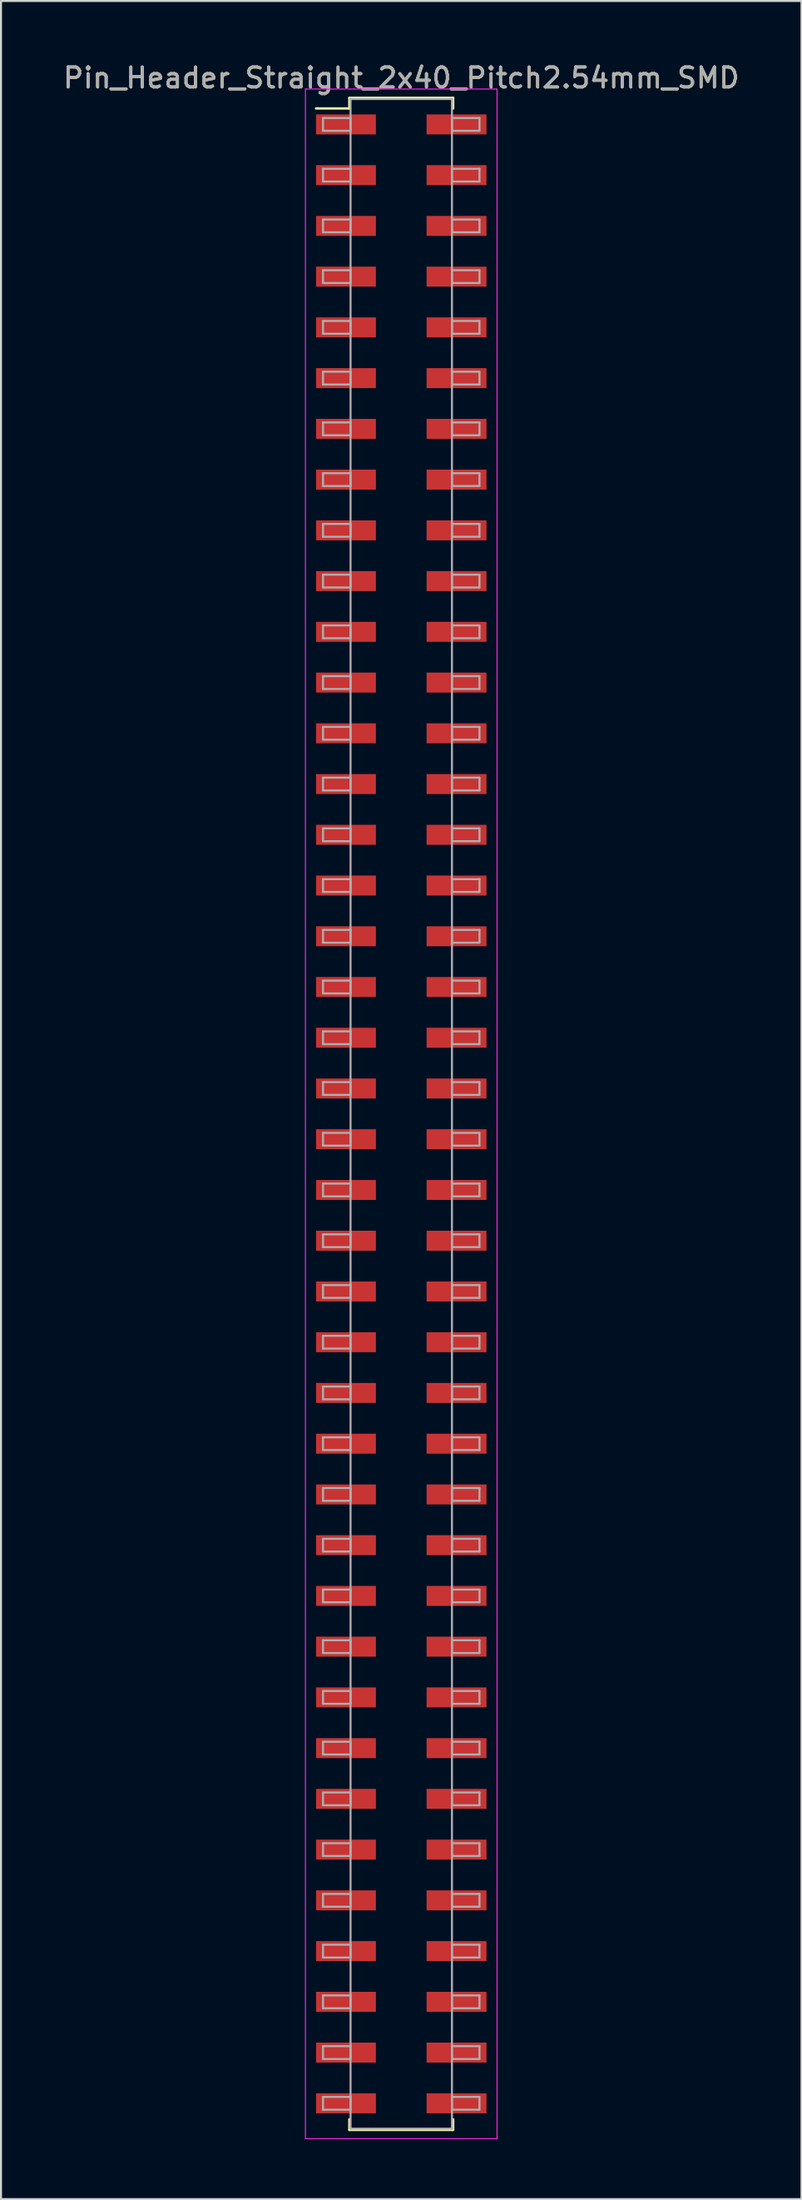
<source format=kicad_pcb>
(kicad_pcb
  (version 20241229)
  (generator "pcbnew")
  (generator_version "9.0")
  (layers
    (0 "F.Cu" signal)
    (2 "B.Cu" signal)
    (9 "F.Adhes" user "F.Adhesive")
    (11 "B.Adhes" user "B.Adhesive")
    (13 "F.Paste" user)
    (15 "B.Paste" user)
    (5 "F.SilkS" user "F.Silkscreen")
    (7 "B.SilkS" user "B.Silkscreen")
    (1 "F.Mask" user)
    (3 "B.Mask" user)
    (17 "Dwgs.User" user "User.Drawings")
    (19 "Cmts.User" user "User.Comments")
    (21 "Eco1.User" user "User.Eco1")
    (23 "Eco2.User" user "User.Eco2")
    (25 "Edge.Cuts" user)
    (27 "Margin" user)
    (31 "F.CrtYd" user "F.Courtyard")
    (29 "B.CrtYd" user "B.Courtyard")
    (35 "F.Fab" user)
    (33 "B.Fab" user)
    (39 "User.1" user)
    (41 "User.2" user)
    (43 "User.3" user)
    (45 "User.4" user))
  (footprint "Pin_Header_Straight_2x40_Pitch2.54mm_SMD"
    (layer "F.Cu")
    (at 17.054 52.708)
    (property "Reference" "Pin_Header_Straight_2x40_Pitch2.54mm_SMD" (at 0 -51.86 0) (layer "F.SilkS") (effects (font (size 1 1) (thickness 0.15))))
    (attr smd)
    (fp_line (start -4.27 -50.33) (end -2.6 -50.33) (stroke (width 0.12) (type solid)) (layer "F.SilkS"))
    (fp_line (start -2.6 -50.86) (end 2.6 -50.86) (stroke (width 0.12) (type solid)) (layer "F.SilkS"))
    (fp_line (start -2.6 -50.33) (end -2.6 -50.86) (stroke (width 0.12) (type solid)) (layer "F.SilkS"))
    (fp_line (start -2.6 50.33) (end -2.6 50.86) (stroke (width 0.12) (type solid)) (layer "F.SilkS"))
    (fp_line (start -2.6 50.86) (end 2.6 50.86) (stroke (width 0.12) (type solid)) (layer "F.SilkS"))
    (fp_line (start 2.6 -50.86) (end 2.6 -50.33) (stroke (width 0.12) (type solid)) (layer "F.SilkS"))
    (fp_line (start 2.6 50.86) (end 2.6 50.33) (stroke (width 0.12) (type solid)) (layer "F.SilkS"))
    (fp_line (start -4.8 -51.3) (end -4.8 51.3) (stroke (width 0.05) (type solid)) (layer "F.CrtYd"))
    (fp_line (start -4.8 51.3) (end 4.8 51.3) (stroke (width 0.05) (type solid)) (layer "F.CrtYd"))
    (fp_line (start 4.8 -51.3) (end -4.8 -51.3) (stroke (width 0.05) (type solid)) (layer "F.CrtYd"))
    (fp_line (start 4.8 51.3) (end 4.8 -51.3) (stroke (width 0.05) (type solid)) (layer "F.CrtYd"))
    (fp_line (start -3.92 -49.85) (end -2.54 -49.85) (stroke (width 0.1) (type solid)) (layer "F.Fab"))
    (fp_line (start -3.92 -49.21) (end -3.92 -49.85) (stroke (width 0.1) (type solid)) (layer "F.Fab"))
    (fp_line (start -3.92 -47.31) (end -2.54 -47.31) (stroke (width 0.1) (type solid)) (layer "F.Fab"))
    (fp_line (start -3.92 -46.67) (end -3.92 -47.31) (stroke (width 0.1) (type solid)) (layer "F.Fab"))
    (fp_line (start -3.92 -44.77) (end -2.54 -44.77) (stroke (width 0.1) (type solid)) (layer "F.Fab"))
    (fp_line (start -3.92 -44.13) (end -3.92 -44.77) (stroke (width 0.1) (type solid)) (layer "F.Fab"))
    (fp_line (start -3.92 -42.23) (end -2.54 -42.23) (stroke (width 0.1) (type solid)) (layer "F.Fab"))
    (fp_line (start -3.92 -41.59) (end -3.92 -42.23) (stroke (width 0.1) (type solid)) (layer "F.Fab"))
    (fp_line (start -3.92 -39.69) (end -2.54 -39.69) (stroke (width 0.1) (type solid)) (layer "F.Fab"))
    (fp_line (start -3.92 -39.05) (end -3.92 -39.69) (stroke (width 0.1) (type solid)) (layer "F.Fab"))
    (fp_line (start -3.92 -37.15) (end -2.54 -37.15) (stroke (width 0.1) (type solid)) (layer "F.Fab"))
    (fp_line (start -3.92 -36.51) (end -3.92 -37.15) (stroke (width 0.1) (type solid)) (layer "F.Fab"))
    (fp_line (start -3.92 -34.61) (end -2.54 -34.61) (stroke (width 0.1) (type solid)) (layer "F.Fab"))
    (fp_line (start -3.92 -33.97) (end -3.92 -34.61) (stroke (width 0.1) (type solid)) (layer "F.Fab"))
    (fp_line (start -3.92 -32.07) (end -2.54 -32.07) (stroke (width 0.1) (type solid)) (layer "F.Fab"))
    (fp_line (start -3.92 -31.43) (end -3.92 -32.07) (stroke (width 0.1) (type solid)) (layer "F.Fab"))
    (fp_line (start -3.92 -29.53) (end -2.54 -29.53) (stroke (width 0.1) (type solid)) (layer "F.Fab"))
    (fp_line (start -3.92 -28.89) (end -3.92 -29.53) (stroke (width 0.1) (type solid)) (layer "F.Fab"))
    (fp_line (start -3.92 -26.99) (end -2.54 -26.99) (stroke (width 0.1) (type solid)) (layer "F.Fab"))
    (fp_line (start -3.92 -26.35) (end -3.92 -26.99) (stroke (width 0.1) (type solid)) (layer "F.Fab"))
    (fp_line (start -3.92 -24.45) (end -2.54 -24.45) (stroke (width 0.1) (type solid)) (layer "F.Fab"))
    (fp_line (start -3.92 -23.81) (end -3.92 -24.45) (stroke (width 0.1) (type solid)) (layer "F.Fab"))
    (fp_line (start -3.92 -21.91) (end -2.54 -21.91) (stroke (width 0.1) (type solid)) (layer "F.Fab"))
    (fp_line (start -3.92 -21.27) (end -3.92 -21.91) (stroke (width 0.1) (type solid)) (layer "F.Fab"))
    (fp_line (start -3.92 -19.37) (end -2.54 -19.37) (stroke (width 0.1) (type solid)) (layer "F.Fab"))
    (fp_line (start -3.92 -18.73) (end -3.92 -19.37) (stroke (width 0.1) (type solid)) (layer "F.Fab"))
    (fp_line (start -3.92 -16.83) (end -2.54 -16.83) (stroke (width 0.1) (type solid)) (layer "F.Fab"))
    (fp_line (start -3.92 -16.19) (end -3.92 -16.83) (stroke (width 0.1) (type solid)) (layer "F.Fab"))
    (fp_line (start -3.92 -14.29) (end -2.54 -14.29) (stroke (width 0.1) (type solid)) (layer "F.Fab"))
    (fp_line (start -3.92 -13.65) (end -3.92 -14.29) (stroke (width 0.1) (type solid)) (layer "F.Fab"))
    (fp_line (start -3.92 -11.75) (end -2.54 -11.75) (stroke (width 0.1) (type solid)) (layer "F.Fab"))
    (fp_line (start -3.92 -11.11) (end -3.92 -11.75) (stroke (width 0.1) (type solid)) (layer "F.Fab"))
    (fp_line (start -3.92 -9.21) (end -2.54 -9.21) (stroke (width 0.1) (type solid)) (layer "F.Fab"))
    (fp_line (start -3.92 -8.57) (end -3.92 -9.21) (stroke (width 0.1) (type solid)) (layer "F.Fab"))
    (fp_line (start -3.92 -6.67) (end -2.54 -6.67) (stroke (width 0.1) (type solid)) (layer "F.Fab"))
    (fp_line (start -3.92 -6.03) (end -3.92 -6.67) (stroke (width 0.1) (type solid)) (layer "F.Fab"))
    (fp_line (start -3.92 -4.13) (end -2.54 -4.13) (stroke (width 0.1) (type solid)) (layer "F.Fab"))
    (fp_line (start -3.92 -3.49) (end -3.92 -4.13) (stroke (width 0.1) (type solid)) (layer "F.Fab"))
    (fp_line (start -3.92 -1.59) (end -2.54 -1.59) (stroke (width 0.1) (type solid)) (layer "F.Fab"))
    (fp_line (start -3.92 -0.95) (end -3.92 -1.59) (stroke (width 0.1) (type solid)) (layer "F.Fab"))
    (fp_line (start -3.92 0.95) (end -2.54 0.95) (stroke (width 0.1) (type solid)) (layer "F.Fab"))
    (fp_line (start -3.92 1.59) (end -3.92 0.95) (stroke (width 0.1) (type solid)) (layer "F.Fab"))
    (fp_line (start -3.92 3.49) (end -2.54 3.49) (stroke (width 0.1) (type solid)) (layer "F.Fab"))
    (fp_line (start -3.92 4.13) (end -3.92 3.49) (stroke (width 0.1) (type solid)) (layer "F.Fab"))
    (fp_line (start -3.92 6.03) (end -2.54 6.03) (stroke (width 0.1) (type solid)) (layer "F.Fab"))
    (fp_line (start -3.92 6.67) (end -3.92 6.03) (stroke (width 0.1) (type solid)) (layer "F.Fab"))
    (fp_line (start -3.92 8.57) (end -2.54 8.57) (stroke (width 0.1) (type solid)) (layer "F.Fab"))
    (fp_line (start -3.92 9.21) (end -3.92 8.57) (stroke (width 0.1) (type solid)) (layer "F.Fab"))
    (fp_line (start -3.92 11.11) (end -2.54 11.11) (stroke (width 0.1) (type solid)) (layer "F.Fab"))
    (fp_line (start -3.92 11.75) (end -3.92 11.11) (stroke (width 0.1) (type solid)) (layer "F.Fab"))
    (fp_line (start -3.92 13.65) (end -2.54 13.65) (stroke (width 0.1) (type solid)) (layer "F.Fab"))
    (fp_line (start -3.92 14.29) (end -3.92 13.65) (stroke (width 0.1) (type solid)) (layer "F.Fab"))
    (fp_line (start -3.92 16.19) (end -2.54 16.19) (stroke (width 0.1) (type solid)) (layer "F.Fab"))
    (fp_line (start -3.92 16.83) (end -3.92 16.19) (stroke (width 0.1) (type solid)) (layer "F.Fab"))
    (fp_line (start -3.92 18.73) (end -2.54 18.73) (stroke (width 0.1) (type solid)) (layer "F.Fab"))
    (fp_line (start -3.92 19.37) (end -3.92 18.73) (stroke (width 0.1) (type solid)) (layer "F.Fab"))
    (fp_line (start -3.92 21.27) (end -2.54 21.27) (stroke (width 0.1) (type solid)) (layer "F.Fab"))
    (fp_line (start -3.92 21.91) (end -3.92 21.27) (stroke (width 0.1) (type solid)) (layer "F.Fab"))
    (fp_line (start -3.92 23.81) (end -2.54 23.81) (stroke (width 0.1) (type solid)) (layer "F.Fab"))
    (fp_line (start -3.92 24.45) (end -3.92 23.81) (stroke (width 0.1) (type solid)) (layer "F.Fab"))
    (fp_line (start -3.92 26.35) (end -2.54 26.35) (stroke (width 0.1) (type solid)) (layer "F.Fab"))
    (fp_line (start -3.92 26.99) (end -3.92 26.35) (stroke (width 0.1) (type solid)) (layer "F.Fab"))
    (fp_line (start -3.92 28.89) (end -2.54 28.89) (stroke (width 0.1) (type solid)) (layer "F.Fab"))
    (fp_line (start -3.92 29.53) (end -3.92 28.89) (stroke (width 0.1) (type solid)) (layer "F.Fab"))
    (fp_line (start -3.92 31.43) (end -2.54 31.43) (stroke (width 0.1) (type solid)) (layer "F.Fab"))
    (fp_line (start -3.92 32.07) (end -3.92 31.43) (stroke (width 0.1) (type solid)) (layer "F.Fab"))
    (fp_line (start -3.92 33.97) (end -2.54 33.97) (stroke (width 0.1) (type solid)) (layer "F.Fab"))
    (fp_line (start -3.92 34.61) (end -3.92 33.97) (stroke (width 0.1) (type solid)) (layer "F.Fab"))
    (fp_line (start -3.92 36.51) (end -2.54 36.51) (stroke (width 0.1) (type solid)) (layer "F.Fab"))
    (fp_line (start -3.92 37.15) (end -3.92 36.51) (stroke (width 0.1) (type solid)) (layer "F.Fab"))
    (fp_line (start -3.92 39.05) (end -2.54 39.05) (stroke (width 0.1) (type solid)) (layer "F.Fab"))
    (fp_line (start -3.92 39.69) (end -3.92 39.05) (stroke (width 0.1) (type solid)) (layer "F.Fab"))
    (fp_line (start -3.92 41.59) (end -2.54 41.59) (stroke (width 0.1) (type solid)) (layer "F.Fab"))
    (fp_line (start -3.92 42.23) (end -3.92 41.59) (stroke (width 0.1) (type solid)) (layer "F.Fab"))
    (fp_line (start -3.92 44.13) (end -2.54 44.13) (stroke (width 0.1) (type solid)) (layer "F.Fab"))
    (fp_line (start -3.92 44.77) (end -3.92 44.13) (stroke (width 0.1) (type solid)) (layer "F.Fab"))
    (fp_line (start -3.92 46.67) (end -2.54 46.67) (stroke (width 0.1) (type solid)) (layer "F.Fab"))
    (fp_line (start -3.92 47.31) (end -3.92 46.67) (stroke (width 0.1) (type solid)) (layer "F.Fab"))
    (fp_line (start -3.92 49.21) (end -2.54 49.21) (stroke (width 0.1) (type solid)) (layer "F.Fab"))
    (fp_line (start -3.92 49.85) (end -3.92 49.21) (stroke (width 0.1) (type solid)) (layer "F.Fab"))
    (fp_line (start -2.54 -50.8) (end -2.54 50.8) (stroke (width 0.1) (type solid)) (layer "F.Fab"))
    (fp_line (start -2.54 -49.85) (end -2.54 -49.21) (stroke (width 0.1) (type solid)) (layer "F.Fab"))
    (fp_line (start -2.54 -49.21) (end -3.92 -49.21) (stroke (width 0.1) (type solid)) (layer "F.Fab"))
    (fp_line (start -2.54 -47.31) (end -2.54 -46.67) (stroke (width 0.1) (type solid)) (layer "F.Fab"))
    (fp_line (start -2.54 -46.67) (end -3.92 -46.67) (stroke (width 0.1) (type solid)) (layer "F.Fab"))
    (fp_line (start -2.54 -44.77) (end -2.54 -44.13) (stroke (width 0.1) (type solid)) (layer "F.Fab"))
    (fp_line (start -2.54 -44.13) (end -3.92 -44.13) (stroke (width 0.1) (type solid)) (layer "F.Fab"))
    (fp_line (start -2.54 -42.23) (end -2.54 -41.59) (stroke (width 0.1) (type solid)) (layer "F.Fab"))
    (fp_line (start -2.54 -41.59) (end -3.92 -41.59) (stroke (width 0.1) (type solid)) (layer "F.Fab"))
    (fp_line (start -2.54 -39.69) (end -2.54 -39.05) (stroke (width 0.1) (type solid)) (layer "F.Fab"))
    (fp_line (start -2.54 -39.05) (end -3.92 -39.05) (stroke (width 0.1) (type solid)) (layer "F.Fab"))
    (fp_line (start -2.54 -37.15) (end -2.54 -36.51) (stroke (width 0.1) (type solid)) (layer "F.Fab"))
    (fp_line (start -2.54 -36.51) (end -3.92 -36.51) (stroke (width 0.1) (type solid)) (layer "F.Fab"))
    (fp_line (start -2.54 -34.61) (end -2.54 -33.97) (stroke (width 0.1) (type solid)) (layer "F.Fab"))
    (fp_line (start -2.54 -33.97) (end -3.92 -33.97) (stroke (width 0.1) (type solid)) (layer "F.Fab"))
    (fp_line (start -2.54 -32.07) (end -2.54 -31.43) (stroke (width 0.1) (type solid)) (layer "F.Fab"))
    (fp_line (start -2.54 -31.43) (end -3.92 -31.43) (stroke (width 0.1) (type solid)) (layer "F.Fab"))
    (fp_line (start -2.54 -29.53) (end -2.54 -28.89) (stroke (width 0.1) (type solid)) (layer "F.Fab"))
    (fp_line (start -2.54 -28.89) (end -3.92 -28.89) (stroke (width 0.1) (type solid)) (layer "F.Fab"))
    (fp_line (start -2.54 -26.99) (end -2.54 -26.35) (stroke (width 0.1) (type solid)) (layer "F.Fab"))
    (fp_line (start -2.54 -26.35) (end -3.92 -26.35) (stroke (width 0.1) (type solid)) (layer "F.Fab"))
    (fp_line (start -2.54 -24.45) (end -2.54 -23.81) (stroke (width 0.1) (type solid)) (layer "F.Fab"))
    (fp_line (start -2.54 -23.81) (end -3.92 -23.81) (stroke (width 0.1) (type solid)) (layer "F.Fab"))
    (fp_line (start -2.54 -21.91) (end -2.54 -21.27) (stroke (width 0.1) (type solid)) (layer "F.Fab"))
    (fp_line (start -2.54 -21.27) (end -3.92 -21.27) (stroke (width 0.1) (type solid)) (layer "F.Fab"))
    (fp_line (start -2.54 -19.37) (end -2.54 -18.73) (stroke (width 0.1) (type solid)) (layer "F.Fab"))
    (fp_line (start -2.54 -18.73) (end -3.92 -18.73) (stroke (width 0.1) (type solid)) (layer "F.Fab"))
    (fp_line (start -2.54 -16.83) (end -2.54 -16.19) (stroke (width 0.1) (type solid)) (layer "F.Fab"))
    (fp_line (start -2.54 -16.19) (end -3.92 -16.19) (stroke (width 0.1) (type solid)) (layer "F.Fab"))
    (fp_line (start -2.54 -14.29) (end -2.54 -13.65) (stroke (width 0.1) (type solid)) (layer "F.Fab"))
    (fp_line (start -2.54 -13.65) (end -3.92 -13.65) (stroke (width 0.1) (type solid)) (layer "F.Fab"))
    (fp_line (start -2.54 -11.75) (end -2.54 -11.11) (stroke (width 0.1) (type solid)) (layer "F.Fab"))
    (fp_line (start -2.54 -11.11) (end -3.92 -11.11) (stroke (width 0.1) (type solid)) (layer "F.Fab"))
    (fp_line (start -2.54 -9.21) (end -2.54 -8.57) (stroke (width 0.1) (type solid)) (layer "F.Fab"))
    (fp_line (start -2.54 -8.57) (end -3.92 -8.57) (stroke (width 0.1) (type solid)) (layer "F.Fab"))
    (fp_line (start -2.54 -6.67) (end -2.54 -6.03) (stroke (width 0.1) (type solid)) (layer "F.Fab"))
    (fp_line (start -2.54 -6.03) (end -3.92 -6.03) (stroke (width 0.1) (type solid)) (layer "F.Fab"))
    (fp_line (start -2.54 -4.13) (end -2.54 -3.49) (stroke (width 0.1) (type solid)) (layer "F.Fab"))
    (fp_line (start -2.54 -3.49) (end -3.92 -3.49) (stroke (width 0.1) (type solid)) (layer "F.Fab"))
    (fp_line (start -2.54 -1.59) (end -2.54 -0.95) (stroke (width 0.1) (type solid)) (layer "F.Fab"))
    (fp_line (start -2.54 -0.95) (end -3.92 -0.95) (stroke (width 0.1) (type solid)) (layer "F.Fab"))
    (fp_line (start -2.54 0.95) (end -2.54 1.59) (stroke (width 0.1) (type solid)) (layer "F.Fab"))
    (fp_line (start -2.54 1.59) (end -3.92 1.59) (stroke (width 0.1) (type solid)) (layer "F.Fab"))
    (fp_line (start -2.54 3.49) (end -2.54 4.13) (stroke (width 0.1) (type solid)) (layer "F.Fab"))
    (fp_line (start -2.54 4.13) (end -3.92 4.13) (stroke (width 0.1) (type solid)) (layer "F.Fab"))
    (fp_line (start -2.54 6.03) (end -2.54 6.67) (stroke (width 0.1) (type solid)) (layer "F.Fab"))
    (fp_line (start -2.54 6.67) (end -3.92 6.67) (stroke (width 0.1) (type solid)) (layer "F.Fab"))
    (fp_line (start -2.54 8.57) (end -2.54 9.21) (stroke (width 0.1) (type solid)) (layer "F.Fab"))
    (fp_line (start -2.54 9.21) (end -3.92 9.21) (stroke (width 0.1) (type solid)) (layer "F.Fab"))
    (fp_line (start -2.54 11.11) (end -2.54 11.75) (stroke (width 0.1) (type solid)) (layer "F.Fab"))
    (fp_line (start -2.54 11.75) (end -3.92 11.75) (stroke (width 0.1) (type solid)) (layer "F.Fab"))
    (fp_line (start -2.54 13.65) (end -2.54 14.29) (stroke (width 0.1) (type solid)) (layer "F.Fab"))
    (fp_line (start -2.54 14.29) (end -3.92 14.29) (stroke (width 0.1) (type solid)) (layer "F.Fab"))
    (fp_line (start -2.54 16.19) (end -2.54 16.83) (stroke (width 0.1) (type solid)) (layer "F.Fab"))
    (fp_line (start -2.54 16.83) (end -3.92 16.83) (stroke (width 0.1) (type solid)) (layer "F.Fab"))
    (fp_line (start -2.54 18.73) (end -2.54 19.37) (stroke (width 0.1) (type solid)) (layer "F.Fab"))
    (fp_line (start -2.54 19.37) (end -3.92 19.37) (stroke (width 0.1) (type solid)) (layer "F.Fab"))
    (fp_line (start -2.54 21.27) (end -2.54 21.91) (stroke (width 0.1) (type solid)) (layer "F.Fab"))
    (fp_line (start -2.54 21.91) (end -3.92 21.91) (stroke (width 0.1) (type solid)) (layer "F.Fab"))
    (fp_line (start -2.54 23.81) (end -2.54 24.45) (stroke (width 0.1) (type solid)) (layer "F.Fab"))
    (fp_line (start -2.54 24.45) (end -3.92 24.45) (stroke (width 0.1) (type solid)) (layer "F.Fab"))
    (fp_line (start -2.54 26.35) (end -2.54 26.99) (stroke (width 0.1) (type solid)) (layer "F.Fab"))
    (fp_line (start -2.54 26.99) (end -3.92 26.99) (stroke (width 0.1) (type solid)) (layer "F.Fab"))
    (fp_line (start -2.54 28.89) (end -2.54 29.53) (stroke (width 0.1) (type solid)) (layer "F.Fab"))
    (fp_line (start -2.54 29.53) (end -3.92 29.53) (stroke (width 0.1) (type solid)) (layer "F.Fab"))
    (fp_line (start -2.54 31.43) (end -2.54 32.07) (stroke (width 0.1) (type solid)) (layer "F.Fab"))
    (fp_line (start -2.54 32.07) (end -3.92 32.07) (stroke (width 0.1) (type solid)) (layer "F.Fab"))
    (fp_line (start -2.54 33.97) (end -2.54 34.61) (stroke (width 0.1) (type solid)) (layer "F.Fab"))
    (fp_line (start -2.54 34.61) (end -3.92 34.61) (stroke (width 0.1) (type solid)) (layer "F.Fab"))
    (fp_line (start -2.54 36.51) (end -2.54 37.15) (stroke (width 0.1) (type solid)) (layer "F.Fab"))
    (fp_line (start -2.54 37.15) (end -3.92 37.15) (stroke (width 0.1) (type solid)) (layer "F.Fab"))
    (fp_line (start -2.54 39.05) (end -2.54 39.69) (stroke (width 0.1) (type solid)) (layer "F.Fab"))
    (fp_line (start -2.54 39.69) (end -3.92 39.69) (stroke (width 0.1) (type solid)) (layer "F.Fab"))
    (fp_line (start -2.54 41.59) (end -2.54 42.23) (stroke (width 0.1) (type solid)) (layer "F.Fab"))
    (fp_line (start -2.54 42.23) (end -3.92 42.23) (stroke (width 0.1) (type solid)) (layer "F.Fab"))
    (fp_line (start -2.54 44.13) (end -2.54 44.77) (stroke (width 0.1) (type solid)) (layer "F.Fab"))
    (fp_line (start -2.54 44.77) (end -3.92 44.77) (stroke (width 0.1) (type solid)) (layer "F.Fab"))
    (fp_line (start -2.54 46.67) (end -2.54 47.31) (stroke (width 0.1) (type solid)) (layer "F.Fab"))
    (fp_line (start -2.54 47.31) (end -3.92 47.31) (stroke (width 0.1) (type solid)) (layer "F.Fab"))
    (fp_line (start -2.54 49.21) (end -2.54 49.85) (stroke (width 0.1) (type solid)) (layer "F.Fab"))
    (fp_line (start -2.54 49.85) (end -3.92 49.85) (stroke (width 0.1) (type solid)) (layer "F.Fab"))
    (fp_line (start -2.54 50.8) (end 2.54 50.8) (stroke (width 0.1) (type solid)) (layer "F.Fab"))
    (fp_line (start 2.54 -50.8) (end -2.54 -50.8) (stroke (width 0.1) (type solid)) (layer "F.Fab"))
    (fp_line (start 2.54 -49.85) (end 2.54 -49.21) (stroke (width 0.1) (type solid)) (layer "F.Fab"))
    (fp_line (start 2.54 -49.21) (end 3.92 -49.21) (stroke (width 0.1) (type solid)) (layer "F.Fab"))
    (fp_line (start 2.54 -47.31) (end 2.54 -46.67) (stroke (width 0.1) (type solid)) (layer "F.Fab"))
    (fp_line (start 2.54 -46.67) (end 3.92 -46.67) (stroke (width 0.1) (type solid)) (layer "F.Fab"))
    (fp_line (start 2.54 -44.77) (end 2.54 -44.13) (stroke (width 0.1) (type solid)) (layer "F.Fab"))
    (fp_line (start 2.54 -44.13) (end 3.92 -44.13) (stroke (width 0.1) (type solid)) (layer "F.Fab"))
    (fp_line (start 2.54 -42.23) (end 2.54 -41.59) (stroke (width 0.1) (type solid)) (layer "F.Fab"))
    (fp_line (start 2.54 -41.59) (end 3.92 -41.59) (stroke (width 0.1) (type solid)) (layer "F.Fab"))
    (fp_line (start 2.54 -39.69) (end 2.54 -39.05) (stroke (width 0.1) (type solid)) (layer "F.Fab"))
    (fp_line (start 2.54 -39.05) (end 3.92 -39.05) (stroke (width 0.1) (type solid)) (layer "F.Fab"))
    (fp_line (start 2.54 -37.15) (end 2.54 -36.51) (stroke (width 0.1) (type solid)) (layer "F.Fab"))
    (fp_line (start 2.54 -36.51) (end 3.92 -36.51) (stroke (width 0.1) (type solid)) (layer "F.Fab"))
    (fp_line (start 2.54 -34.61) (end 2.54 -33.97) (stroke (width 0.1) (type solid)) (layer "F.Fab"))
    (fp_line (start 2.54 -33.97) (end 3.92 -33.97) (stroke (width 0.1) (type solid)) (layer "F.Fab"))
    (fp_line (start 2.54 -32.07) (end 2.54 -31.43) (stroke (width 0.1) (type solid)) (layer "F.Fab"))
    (fp_line (start 2.54 -31.43) (end 3.92 -31.43) (stroke (width 0.1) (type solid)) (layer "F.Fab"))
    (fp_line (start 2.54 -29.53) (end 2.54 -28.89) (stroke (width 0.1) (type solid)) (layer "F.Fab"))
    (fp_line (start 2.54 -28.89) (end 3.92 -28.89) (stroke (width 0.1) (type solid)) (layer "F.Fab"))
    (fp_line (start 2.54 -26.99) (end 2.54 -26.35) (stroke (width 0.1) (type solid)) (layer "F.Fab"))
    (fp_line (start 2.54 -26.35) (end 3.92 -26.35) (stroke (width 0.1) (type solid)) (layer "F.Fab"))
    (fp_line (start 2.54 -24.45) (end 2.54 -23.81) (stroke (width 0.1) (type solid)) (layer "F.Fab"))
    (fp_line (start 2.54 -23.81) (end 3.92 -23.81) (stroke (width 0.1) (type solid)) (layer "F.Fab"))
    (fp_line (start 2.54 -21.91) (end 2.54 -21.27) (stroke (width 0.1) (type solid)) (layer "F.Fab"))
    (fp_line (start 2.54 -21.27) (end 3.92 -21.27) (stroke (width 0.1) (type solid)) (layer "F.Fab"))
    (fp_line (start 2.54 -19.37) (end 2.54 -18.73) (stroke (width 0.1) (type solid)) (layer "F.Fab"))
    (fp_line (start 2.54 -18.73) (end 3.92 -18.73) (stroke (width 0.1) (type solid)) (layer "F.Fab"))
    (fp_line (start 2.54 -16.83) (end 2.54 -16.19) (stroke (width 0.1) (type solid)) (layer "F.Fab"))
    (fp_line (start 2.54 -16.19) (end 3.92 -16.19) (stroke (width 0.1) (type solid)) (layer "F.Fab"))
    (fp_line (start 2.54 -14.29) (end 2.54 -13.65) (stroke (width 0.1) (type solid)) (layer "F.Fab"))
    (fp_line (start 2.54 -13.65) (end 3.92 -13.65) (stroke (width 0.1) (type solid)) (layer "F.Fab"))
    (fp_line (start 2.54 -11.75) (end 2.54 -11.11) (stroke (width 0.1) (type solid)) (layer "F.Fab"))
    (fp_line (start 2.54 -11.11) (end 3.92 -11.11) (stroke (width 0.1) (type solid)) (layer "F.Fab"))
    (fp_line (start 2.54 -9.21) (end 2.54 -8.57) (stroke (width 0.1) (type solid)) (layer "F.Fab"))
    (fp_line (start 2.54 -8.57) (end 3.92 -8.57) (stroke (width 0.1) (type solid)) (layer "F.Fab"))
    (fp_line (start 2.54 -6.67) (end 2.54 -6.03) (stroke (width 0.1) (type solid)) (layer "F.Fab"))
    (fp_line (start 2.54 -6.03) (end 3.92 -6.03) (stroke (width 0.1) (type solid)) (layer "F.Fab"))
    (fp_line (start 2.54 -4.13) (end 2.54 -3.49) (stroke (width 0.1) (type solid)) (layer "F.Fab"))
    (fp_line (start 2.54 -3.49) (end 3.92 -3.49) (stroke (width 0.1) (type solid)) (layer "F.Fab"))
    (fp_line (start 2.54 -1.59) (end 2.54 -0.95) (stroke (width 0.1) (type solid)) (layer "F.Fab"))
    (fp_line (start 2.54 -0.95) (end 3.92 -0.95) (stroke (width 0.1) (type solid)) (layer "F.Fab"))
    (fp_line (start 2.54 0.95) (end 2.54 1.59) (stroke (width 0.1) (type solid)) (layer "F.Fab"))
    (fp_line (start 2.54 1.59) (end 3.92 1.59) (stroke (width 0.1) (type solid)) (layer "F.Fab"))
    (fp_line (start 2.54 3.49) (end 2.54 4.13) (stroke (width 0.1) (type solid)) (layer "F.Fab"))
    (fp_line (start 2.54 4.13) (end 3.92 4.13) (stroke (width 0.1) (type solid)) (layer "F.Fab"))
    (fp_line (start 2.54 6.03) (end 2.54 6.67) (stroke (width 0.1) (type solid)) (layer "F.Fab"))
    (fp_line (start 2.54 6.67) (end 3.92 6.67) (stroke (width 0.1) (type solid)) (layer "F.Fab"))
    (fp_line (start 2.54 8.57) (end 2.54 9.21) (stroke (width 0.1) (type solid)) (layer "F.Fab"))
    (fp_line (start 2.54 9.21) (end 3.92 9.21) (stroke (width 0.1) (type solid)) (layer "F.Fab"))
    (fp_line (start 2.54 11.11) (end 2.54 11.75) (stroke (width 0.1) (type solid)) (layer "F.Fab"))
    (fp_line (start 2.54 11.75) (end 3.92 11.75) (stroke (width 0.1) (type solid)) (layer "F.Fab"))
    (fp_line (start 2.54 13.65) (end 2.54 14.29) (stroke (width 0.1) (type solid)) (layer "F.Fab"))
    (fp_line (start 2.54 14.29) (end 3.92 14.29) (stroke (width 0.1) (type solid)) (layer "F.Fab"))
    (fp_line (start 2.54 16.19) (end 2.54 16.83) (stroke (width 0.1) (type solid)) (layer "F.Fab"))
    (fp_line (start 2.54 16.83) (end 3.92 16.83) (stroke (width 0.1) (type solid)) (layer "F.Fab"))
    (fp_line (start 2.54 18.73) (end 2.54 19.37) (stroke (width 0.1) (type solid)) (layer "F.Fab"))
    (fp_line (start 2.54 19.37) (end 3.92 19.37) (stroke (width 0.1) (type solid)) (layer "F.Fab"))
    (fp_line (start 2.54 21.27) (end 2.54 21.91) (stroke (width 0.1) (type solid)) (layer "F.Fab"))
    (fp_line (start 2.54 21.91) (end 3.92 21.91) (stroke (width 0.1) (type solid)) (layer "F.Fab"))
    (fp_line (start 2.54 23.81) (end 2.54 24.45) (stroke (width 0.1) (type solid)) (layer "F.Fab"))
    (fp_line (start 2.54 24.45) (end 3.92 24.45) (stroke (width 0.1) (type solid)) (layer "F.Fab"))
    (fp_line (start 2.54 26.35) (end 2.54 26.99) (stroke (width 0.1) (type solid)) (layer "F.Fab"))
    (fp_line (start 2.54 26.99) (end 3.92 26.99) (stroke (width 0.1) (type solid)) (layer "F.Fab"))
    (fp_line (start 2.54 28.89) (end 2.54 29.53) (stroke (width 0.1) (type solid)) (layer "F.Fab"))
    (fp_line (start 2.54 29.53) (end 3.92 29.53) (stroke (width 0.1) (type solid)) (layer "F.Fab"))
    (fp_line (start 2.54 31.43) (end 2.54 32.07) (stroke (width 0.1) (type solid)) (layer "F.Fab"))
    (fp_line (start 2.54 32.07) (end 3.92 32.07) (stroke (width 0.1) (type solid)) (layer "F.Fab"))
    (fp_line (start 2.54 33.97) (end 2.54 34.61) (stroke (width 0.1) (type solid)) (layer "F.Fab"))
    (fp_line (start 2.54 34.61) (end 3.92 34.61) (stroke (width 0.1) (type solid)) (layer "F.Fab"))
    (fp_line (start 2.54 36.51) (end 2.54 37.15) (stroke (width 0.1) (type solid)) (layer "F.Fab"))
    (fp_line (start 2.54 37.15) (end 3.92 37.15) (stroke (width 0.1) (type solid)) (layer "F.Fab"))
    (fp_line (start 2.54 39.05) (end 2.54 39.69) (stroke (width 0.1) (type solid)) (layer "F.Fab"))
    (fp_line (start 2.54 39.69) (end 3.92 39.69) (stroke (width 0.1) (type solid)) (layer "F.Fab"))
    (fp_line (start 2.54 41.59) (end 2.54 42.23) (stroke (width 0.1) (type solid)) (layer "F.Fab"))
    (fp_line (start 2.54 42.23) (end 3.92 42.23) (stroke (width 0.1) (type solid)) (layer "F.Fab"))
    (fp_line (start 2.54 44.13) (end 2.54 44.77) (stroke (width 0.1) (type solid)) (layer "F.Fab"))
    (fp_line (start 2.54 44.77) (end 3.92 44.77) (stroke (width 0.1) (type solid)) (layer "F.Fab"))
    (fp_line (start 2.54 46.67) (end 2.54 47.31) (stroke (width 0.1) (type solid)) (layer "F.Fab"))
    (fp_line (start 2.54 47.31) (end 3.92 47.31) (stroke (width 0.1) (type solid)) (layer "F.Fab"))
    (fp_line (start 2.54 49.21) (end 2.54 49.85) (stroke (width 0.1) (type solid)) (layer "F.Fab"))
    (fp_line (start 2.54 49.85) (end 3.92 49.85) (stroke (width 0.1) (type solid)) (layer "F.Fab"))
    (fp_line (start 2.54 50.8) (end 2.54 -50.8) (stroke (width 0.1) (type solid)) (layer "F.Fab"))
    (fp_line (start 3.92 -49.85) (end 2.54 -49.85) (stroke (width 0.1) (type solid)) (layer "F.Fab"))
    (fp_line (start 3.92 -49.21) (end 3.92 -49.85) (stroke (width 0.1) (type solid)) (layer "F.Fab"))
    (fp_line (start 3.92 -47.31) (end 2.54 -47.31) (stroke (width 0.1) (type solid)) (layer "F.Fab"))
    (fp_line (start 3.92 -46.67) (end 3.92 -47.31) (stroke (width 0.1) (type solid)) (layer "F.Fab"))
    (fp_line (start 3.92 -44.77) (end 2.54 -44.77) (stroke (width 0.1) (type solid)) (layer "F.Fab"))
    (fp_line (start 3.92 -44.13) (end 3.92 -44.77) (stroke (width 0.1) (type solid)) (layer "F.Fab"))
    (fp_line (start 3.92 -42.23) (end 2.54 -42.23) (stroke (width 0.1) (type solid)) (layer "F.Fab"))
    (fp_line (start 3.92 -41.59) (end 3.92 -42.23) (stroke (width 0.1) (type solid)) (layer "F.Fab"))
    (fp_line (start 3.92 -39.69) (end 2.54 -39.69) (stroke (width 0.1) (type solid)) (layer "F.Fab"))
    (fp_line (start 3.92 -39.05) (end 3.92 -39.69) (stroke (width 0.1) (type solid)) (layer "F.Fab"))
    (fp_line (start 3.92 -37.15) (end 2.54 -37.15) (stroke (width 0.1) (type solid)) (layer "F.Fab"))
    (fp_line (start 3.92 -36.51) (end 3.92 -37.15) (stroke (width 0.1) (type solid)) (layer "F.Fab"))
    (fp_line (start 3.92 -34.61) (end 2.54 -34.61) (stroke (width 0.1) (type solid)) (layer "F.Fab"))
    (fp_line (start 3.92 -33.97) (end 3.92 -34.61) (stroke (width 0.1) (type solid)) (layer "F.Fab"))
    (fp_line (start 3.92 -32.07) (end 2.54 -32.07) (stroke (width 0.1) (type solid)) (layer "F.Fab"))
    (fp_line (start 3.92 -31.43) (end 3.92 -32.07) (stroke (width 0.1) (type solid)) (layer "F.Fab"))
    (fp_line (start 3.92 -29.53) (end 2.54 -29.53) (stroke (width 0.1) (type solid)) (layer "F.Fab"))
    (fp_line (start 3.92 -28.89) (end 3.92 -29.53) (stroke (width 0.1) (type solid)) (layer "F.Fab"))
    (fp_line (start 3.92 -26.99) (end 2.54 -26.99) (stroke (width 0.1) (type solid)) (layer "F.Fab"))
    (fp_line (start 3.92 -26.35) (end 3.92 -26.99) (stroke (width 0.1) (type solid)) (layer "F.Fab"))
    (fp_line (start 3.92 -24.45) (end 2.54 -24.45) (stroke (width 0.1) (type solid)) (layer "F.Fab"))
    (fp_line (start 3.92 -23.81) (end 3.92 -24.45) (stroke (width 0.1) (type solid)) (layer "F.Fab"))
    (fp_line (start 3.92 -21.91) (end 2.54 -21.91) (stroke (width 0.1) (type solid)) (layer "F.Fab"))
    (fp_line (start 3.92 -21.27) (end 3.92 -21.91) (stroke (width 0.1) (type solid)) (layer "F.Fab"))
    (fp_line (start 3.92 -19.37) (end 2.54 -19.37) (stroke (width 0.1) (type solid)) (layer "F.Fab"))
    (fp_line (start 3.92 -18.73) (end 3.92 -19.37) (stroke (width 0.1) (type solid)) (layer "F.Fab"))
    (fp_line (start 3.92 -16.83) (end 2.54 -16.83) (stroke (width 0.1) (type solid)) (layer "F.Fab"))
    (fp_line (start 3.92 -16.19) (end 3.92 -16.83) (stroke (width 0.1) (type solid)) (layer "F.Fab"))
    (fp_line (start 3.92 -14.29) (end 2.54 -14.29) (stroke (width 0.1) (type solid)) (layer "F.Fab"))
    (fp_line (start 3.92 -13.65) (end 3.92 -14.29) (stroke (width 0.1) (type solid)) (layer "F.Fab"))
    (fp_line (start 3.92 -11.75) (end 2.54 -11.75) (stroke (width 0.1) (type solid)) (layer "F.Fab"))
    (fp_line (start 3.92 -11.11) (end 3.92 -11.75) (stroke (width 0.1) (type solid)) (layer "F.Fab"))
    (fp_line (start 3.92 -9.21) (end 2.54 -9.21) (stroke (width 0.1) (type solid)) (layer "F.Fab"))
    (fp_line (start 3.92 -8.57) (end 3.92 -9.21) (stroke (width 0.1) (type solid)) (layer "F.Fab"))
    (fp_line (start 3.92 -6.67) (end 2.54 -6.67) (stroke (width 0.1) (type solid)) (layer "F.Fab"))
    (fp_line (start 3.92 -6.03) (end 3.92 -6.67) (stroke (width 0.1) (type solid)) (layer "F.Fab"))
    (fp_line (start 3.92 -4.13) (end 2.54 -4.13) (stroke (width 0.1) (type solid)) (layer "F.Fab"))
    (fp_line (start 3.92 -3.49) (end 3.92 -4.13) (stroke (width 0.1) (type solid)) (layer "F.Fab"))
    (fp_line (start 3.92 -1.59) (end 2.54 -1.59) (stroke (width 0.1) (type solid)) (layer "F.Fab"))
    (fp_line (start 3.92 -0.95) (end 3.92 -1.59) (stroke (width 0.1) (type solid)) (layer "F.Fab"))
    (fp_line (start 3.92 0.95) (end 2.54 0.95) (stroke (width 0.1) (type solid)) (layer "F.Fab"))
    (fp_line (start 3.92 1.59) (end 3.92 0.95) (stroke (width 0.1) (type solid)) (layer "F.Fab"))
    (fp_line (start 3.92 3.49) (end 2.54 3.49) (stroke (width 0.1) (type solid)) (layer "F.Fab"))
    (fp_line (start 3.92 4.13) (end 3.92 3.49) (stroke (width 0.1) (type solid)) (layer "F.Fab"))
    (fp_line (start 3.92 6.03) (end 2.54 6.03) (stroke (width 0.1) (type solid)) (layer "F.Fab"))
    (fp_line (start 3.92 6.67) (end 3.92 6.03) (stroke (width 0.1) (type solid)) (layer "F.Fab"))
    (fp_line (start 3.92 8.57) (end 2.54 8.57) (stroke (width 0.1) (type solid)) (layer "F.Fab"))
    (fp_line (start 3.92 9.21) (end 3.92 8.57) (stroke (width 0.1) (type solid)) (layer "F.Fab"))
    (fp_line (start 3.92 11.11) (end 2.54 11.11) (stroke (width 0.1) (type solid)) (layer "F.Fab"))
    (fp_line (start 3.92 11.75) (end 3.92 11.11) (stroke (width 0.1) (type solid)) (layer "F.Fab"))
    (fp_line (start 3.92 13.65) (end 2.54 13.65) (stroke (width 0.1) (type solid)) (layer "F.Fab"))
    (fp_line (start 3.92 14.29) (end 3.92 13.65) (stroke (width 0.1) (type solid)) (layer "F.Fab"))
    (fp_line (start 3.92 16.19) (end 2.54 16.19) (stroke (width 0.1) (type solid)) (layer "F.Fab"))
    (fp_line (start 3.92 16.83) (end 3.92 16.19) (stroke (width 0.1) (type solid)) (layer "F.Fab"))
    (fp_line (start 3.92 18.73) (end 2.54 18.73) (stroke (width 0.1) (type solid)) (layer "F.Fab"))
    (fp_line (start 3.92 19.37) (end 3.92 18.73) (stroke (width 0.1) (type solid)) (layer "F.Fab"))
    (fp_line (start 3.92 21.27) (end 2.54 21.27) (stroke (width 0.1) (type solid)) (layer "F.Fab"))
    (fp_line (start 3.92 21.91) (end 3.92 21.27) (stroke (width 0.1) (type solid)) (layer "F.Fab"))
    (fp_line (start 3.92 23.81) (end 2.54 23.81) (stroke (width 0.1) (type solid)) (layer "F.Fab"))
    (fp_line (start 3.92 24.45) (end 3.92 23.81) (stroke (width 0.1) (type solid)) (layer "F.Fab"))
    (fp_line (start 3.92 26.35) (end 2.54 26.35) (stroke (width 0.1) (type solid)) (layer "F.Fab"))
    (fp_line (start 3.92 26.99) (end 3.92 26.35) (stroke (width 0.1) (type solid)) (layer "F.Fab"))
    (fp_line (start 3.92 28.89) (end 2.54 28.89) (stroke (width 0.1) (type solid)) (layer "F.Fab"))
    (fp_line (start 3.92 29.53) (end 3.92 28.89) (stroke (width 0.1) (type solid)) (layer "F.Fab"))
    (fp_line (start 3.92 31.43) (end 2.54 31.43) (stroke (width 0.1) (type solid)) (layer "F.Fab"))
    (fp_line (start 3.92 32.07) (end 3.92 31.43) (stroke (width 0.1) (type solid)) (layer "F.Fab"))
    (fp_line (start 3.92 33.97) (end 2.54 33.97) (stroke (width 0.1) (type solid)) (layer "F.Fab"))
    (fp_line (start 3.92 34.61) (end 3.92 33.97) (stroke (width 0.1) (type solid)) (layer "F.Fab"))
    (fp_line (start 3.92 36.51) (end 2.54 36.51) (stroke (width 0.1) (type solid)) (layer "F.Fab"))
    (fp_line (start 3.92 37.15) (end 3.92 36.51) (stroke (width 0.1) (type solid)) (layer "F.Fab"))
    (fp_line (start 3.92 39.05) (end 2.54 39.05) (stroke (width 0.1) (type solid)) (layer "F.Fab"))
    (fp_line (start 3.92 39.69) (end 3.92 39.05) (stroke (width 0.1) (type solid)) (layer "F.Fab"))
    (fp_line (start 3.92 41.59) (end 2.54 41.59) (stroke (width 0.1) (type solid)) (layer "F.Fab"))
    (fp_line (start 3.92 42.23) (end 3.92 41.59) (stroke (width 0.1) (type solid)) (layer "F.Fab"))
    (fp_line (start 3.92 44.13) (end 2.54 44.13) (stroke (width 0.1) (type solid)) (layer "F.Fab"))
    (fp_line (start 3.92 44.77) (end 3.92 44.13) (stroke (width 0.1) (type solid)) (layer "F.Fab"))
    (fp_line (start 3.92 46.67) (end 2.54 46.67) (stroke (width 0.1) (type solid)) (layer "F.Fab"))
    (fp_line (start 3.92 47.31) (end 3.92 46.67) (stroke (width 0.1) (type solid)) (layer "F.Fab"))
    (fp_line (start 3.92 49.21) (end 2.54 49.21) (stroke (width 0.1) (type solid)) (layer "F.Fab"))
    (fp_line (start 3.92 49.85) (end 3.92 49.21) (stroke (width 0.1) (type solid)) (layer "F.Fab"))
    (fp_text user "${REFERENCE}" (at 0 -51.86 0) (layer "F.Fab") (effects (font (size 1 1) (thickness 0.15))))
    (pad "1" smd rect (at -2.77 -49.53) (size 3 1) (layers "F.Cu" "F.Mask" "F.Paste"))
    (pad "2" smd rect (at 2.77 -49.53) (size 3 1) (layers "F.Cu" "F.Mask" "F.Paste"))
    (pad "3" smd rect (at -2.77 -46.99) (size 3 1) (layers "F.Cu" "F.Mask" "F.Paste"))
    (pad "4" smd rect (at 2.77 -46.99) (size 3 1) (layers "F.Cu" "F.Mask" "F.Paste"))
    (pad "5" smd rect (at -2.77 -44.45) (size 3 1) (layers "F.Cu" "F.Mask" "F.Paste"))
    (pad "6" smd rect (at 2.77 -44.45) (size 3 1) (layers "F.Cu" "F.Mask" "F.Paste"))
    (pad "7" smd rect (at -2.77 -41.91) (size 3 1) (layers "F.Cu" "F.Mask" "F.Paste"))
    (pad "8" smd rect (at 2.77 -41.91) (size 3 1) (layers "F.Cu" "F.Mask" "F.Paste"))
    (pad "9" smd rect (at -2.77 -39.37) (size 3 1) (layers "F.Cu" "F.Mask" "F.Paste"))
    (pad "10" smd rect (at 2.77 -39.37) (size 3 1) (layers "F.Cu" "F.Mask" "F.Paste"))
    (pad "11" smd rect (at -2.77 -36.83) (size 3 1) (layers "F.Cu" "F.Mask" "F.Paste"))
    (pad "12" smd rect (at 2.77 -36.83) (size 3 1) (layers "F.Cu" "F.Mask" "F.Paste"))
    (pad "13" smd rect (at -2.77 -34.29) (size 3 1) (layers "F.Cu" "F.Mask" "F.Paste"))
    (pad "14" smd rect (at 2.77 -34.29) (size 3 1) (layers "F.Cu" "F.Mask" "F.Paste"))
    (pad "15" smd rect (at -2.77 -31.75) (size 3 1) (layers "F.Cu" "F.Mask" "F.Paste"))
    (pad "16" smd rect (at 2.77 -31.75) (size 3 1) (layers "F.Cu" "F.Mask" "F.Paste"))
    (pad "17" smd rect (at -2.77 -29.21) (size 3 1) (layers "F.Cu" "F.Mask" "F.Paste"))
    (pad "18" smd rect (at 2.77 -29.21) (size 3 1) (layers "F.Cu" "F.Mask" "F.Paste"))
    (pad "19" smd rect (at -2.77 -26.67) (size 3 1) (layers "F.Cu" "F.Mask" "F.Paste"))
    (pad "20" smd rect (at 2.77 -26.67) (size 3 1) (layers "F.Cu" "F.Mask" "F.Paste"))
    (pad "21" smd rect (at -2.77 -24.13) (size 3 1) (layers "F.Cu" "F.Mask" "F.Paste"))
    (pad "22" smd rect (at 2.77 -24.13) (size 3 1) (layers "F.Cu" "F.Mask" "F.Paste"))
    (pad "23" smd rect (at -2.77 -21.59) (size 3 1) (layers "F.Cu" "F.Mask" "F.Paste"))
    (pad "24" smd rect (at 2.77 -21.59) (size 3 1) (layers "F.Cu" "F.Mask" "F.Paste"))
    (pad "25" smd rect (at -2.77 -19.05) (size 3 1) (layers "F.Cu" "F.Mask" "F.Paste"))
    (pad "26" smd rect (at 2.77 -19.05) (size 3 1) (layers "F.Cu" "F.Mask" "F.Paste"))
    (pad "27" smd rect (at -2.77 -16.51) (size 3 1) (layers "F.Cu" "F.Mask" "F.Paste"))
    (pad "28" smd rect (at 2.77 -16.51) (size 3 1) (layers "F.Cu" "F.Mask" "F.Paste"))
    (pad "29" smd rect (at -2.77 -13.97) (size 3 1) (layers "F.Cu" "F.Mask" "F.Paste"))
    (pad "30" smd rect (at 2.77 -13.97) (size 3 1) (layers "F.Cu" "F.Mask" "F.Paste"))
    (pad "31" smd rect (at -2.77 -11.43) (size 3 1) (layers "F.Cu" "F.Mask" "F.Paste"))
    (pad "32" smd rect (at 2.77 -11.43) (size 3 1) (layers "F.Cu" "F.Mask" "F.Paste"))
    (pad "33" smd rect (at -2.77 -8.89) (size 3 1) (layers "F.Cu" "F.Mask" "F.Paste"))
    (pad "34" smd rect (at 2.77 -8.89) (size 3 1) (layers "F.Cu" "F.Mask" "F.Paste"))
    (pad "35" smd rect (at -2.77 -6.35) (size 3 1) (layers "F.Cu" "F.Mask" "F.Paste"))
    (pad "36" smd rect (at 2.77 -6.35) (size 3 1) (layers "F.Cu" "F.Mask" "F.Paste"))
    (pad "37" smd rect (at -2.77 -3.81) (size 3 1) (layers "F.Cu" "F.Mask" "F.Paste"))
    (pad "38" smd rect (at 2.77 -3.81) (size 3 1) (layers "F.Cu" "F.Mask" "F.Paste"))
    (pad "39" smd rect (at -2.77 -1.27) (size 3 1) (layers "F.Cu" "F.Mask" "F.Paste"))
    (pad "40" smd rect (at 2.77 -1.27) (size 3 1) (layers "F.Cu" "F.Mask" "F.Paste"))
    (pad "41" smd rect (at -2.77 1.27) (size 3 1) (layers "F.Cu" "F.Mask" "F.Paste"))
    (pad "42" smd rect (at 2.77 1.27) (size 3 1) (layers "F.Cu" "F.Mask" "F.Paste"))
    (pad "43" smd rect (at -2.77 3.81) (size 3 1) (layers "F.Cu" "F.Mask" "F.Paste"))
    (pad "44" smd rect (at 2.77 3.81) (size 3 1) (layers "F.Cu" "F.Mask" "F.Paste"))
    (pad "45" smd rect (at -2.77 6.35) (size 3 1) (layers "F.Cu" "F.Mask" "F.Paste"))
    (pad "46" smd rect (at 2.77 6.35) (size 3 1) (layers "F.Cu" "F.Mask" "F.Paste"))
    (pad "47" smd rect (at -2.77 8.89) (size 3 1) (layers "F.Cu" "F.Mask" "F.Paste"))
    (pad "48" smd rect (at 2.77 8.89) (size 3 1) (layers "F.Cu" "F.Mask" "F.Paste"))
    (pad "49" smd rect (at -2.77 11.43) (size 3 1) (layers "F.Cu" "F.Mask" "F.Paste"))
    (pad "50" smd rect (at 2.77 11.43) (size 3 1) (layers "F.Cu" "F.Mask" "F.Paste"))
    (pad "51" smd rect (at -2.77 13.97) (size 3 1) (layers "F.Cu" "F.Mask" "F.Paste"))
    (pad "52" smd rect (at 2.77 13.97) (size 3 1) (layers "F.Cu" "F.Mask" "F.Paste"))
    (pad "53" smd rect (at -2.77 16.51) (size 3 1) (layers "F.Cu" "F.Mask" "F.Paste"))
    (pad "54" smd rect (at 2.77 16.51) (size 3 1) (layers "F.Cu" "F.Mask" "F.Paste"))
    (pad "55" smd rect (at -2.77 19.05) (size 3 1) (layers "F.Cu" "F.Mask" "F.Paste"))
    (pad "56" smd rect (at 2.77 19.05) (size 3 1) (layers "F.Cu" "F.Mask" "F.Paste"))
    (pad "57" smd rect (at -2.77 21.59) (size 3 1) (layers "F.Cu" "F.Mask" "F.Paste"))
    (pad "58" smd rect (at 2.77 21.59) (size 3 1) (layers "F.Cu" "F.Mask" "F.Paste"))
    (pad "59" smd rect (at -2.77 24.13) (size 3 1) (layers "F.Cu" "F.Mask" "F.Paste"))
    (pad "60" smd rect (at 2.77 24.13) (size 3 1) (layers "F.Cu" "F.Mask" "F.Paste"))
    (pad "61" smd rect (at -2.77 26.67) (size 3 1) (layers "F.Cu" "F.Mask" "F.Paste"))
    (pad "62" smd rect (at 2.77 26.67) (size 3 1) (layers "F.Cu" "F.Mask" "F.Paste"))
    (pad "63" smd rect (at -2.77 29.21) (size 3 1) (layers "F.Cu" "F.Mask" "F.Paste"))
    (pad "64" smd rect (at 2.77 29.21) (size 3 1) (layers "F.Cu" "F.Mask" "F.Paste"))
    (pad "65" smd rect (at -2.77 31.75) (size 3 1) (layers "F.Cu" "F.Mask" "F.Paste"))
    (pad "66" smd rect (at 2.77 31.75) (size 3 1) (layers "F.Cu" "F.Mask" "F.Paste"))
    (pad "67" smd rect (at -2.77 34.29) (size 3 1) (layers "F.Cu" "F.Mask" "F.Paste"))
    (pad "68" smd rect (at 2.77 34.29) (size 3 1) (layers "F.Cu" "F.Mask" "F.Paste"))
    (pad "69" smd rect (at -2.77 36.83) (size 3 1) (layers "F.Cu" "F.Mask" "F.Paste"))
    (pad "70" smd rect (at 2.77 36.83) (size 3 1) (layers "F.Cu" "F.Mask" "F.Paste"))
    (pad "71" smd rect (at -2.77 39.37) (size 3 1) (layers "F.Cu" "F.Mask" "F.Paste"))
    (pad "72" smd rect (at 2.77 39.37) (size 3 1) (layers "F.Cu" "F.Mask" "F.Paste"))
    (pad "73" smd rect (at -2.77 41.91) (size 3 1) (layers "F.Cu" "F.Mask" "F.Paste"))
    (pad "74" smd rect (at 2.77 41.91) (size 3 1) (layers "F.Cu" "F.Mask" "F.Paste"))
    (pad "75" smd rect (at -2.77 44.45) (size 3 1) (layers "F.Cu" "F.Mask" "F.Paste"))
    (pad "76" smd rect (at 2.77 44.45) (size 3 1) (layers "F.Cu" "F.Mask" "F.Paste"))
    (pad "77" smd rect (at -2.77 46.99) (size 3 1) (layers "F.Cu" "F.Mask" "F.Paste"))
    (pad "78" smd rect (at 2.77 46.99) (size 3 1) (layers "F.Cu" "F.Mask" "F.Paste"))
    (pad "79" smd rect (at -2.77 49.53) (size 3 1) (layers "F.Cu" "F.Mask" "F.Paste"))
    (pad "80" smd rect (at 2.77 49.53) (size 3 1) (layers "F.Cu" "F.Mask" "F.Paste")))
  (gr_rect
    (start -3 -3)
    (end 37.107 107.033)
    (stroke (width 0.1) (type default))
    (fill no)
    (layer "Edge.Cuts")))
</source>
